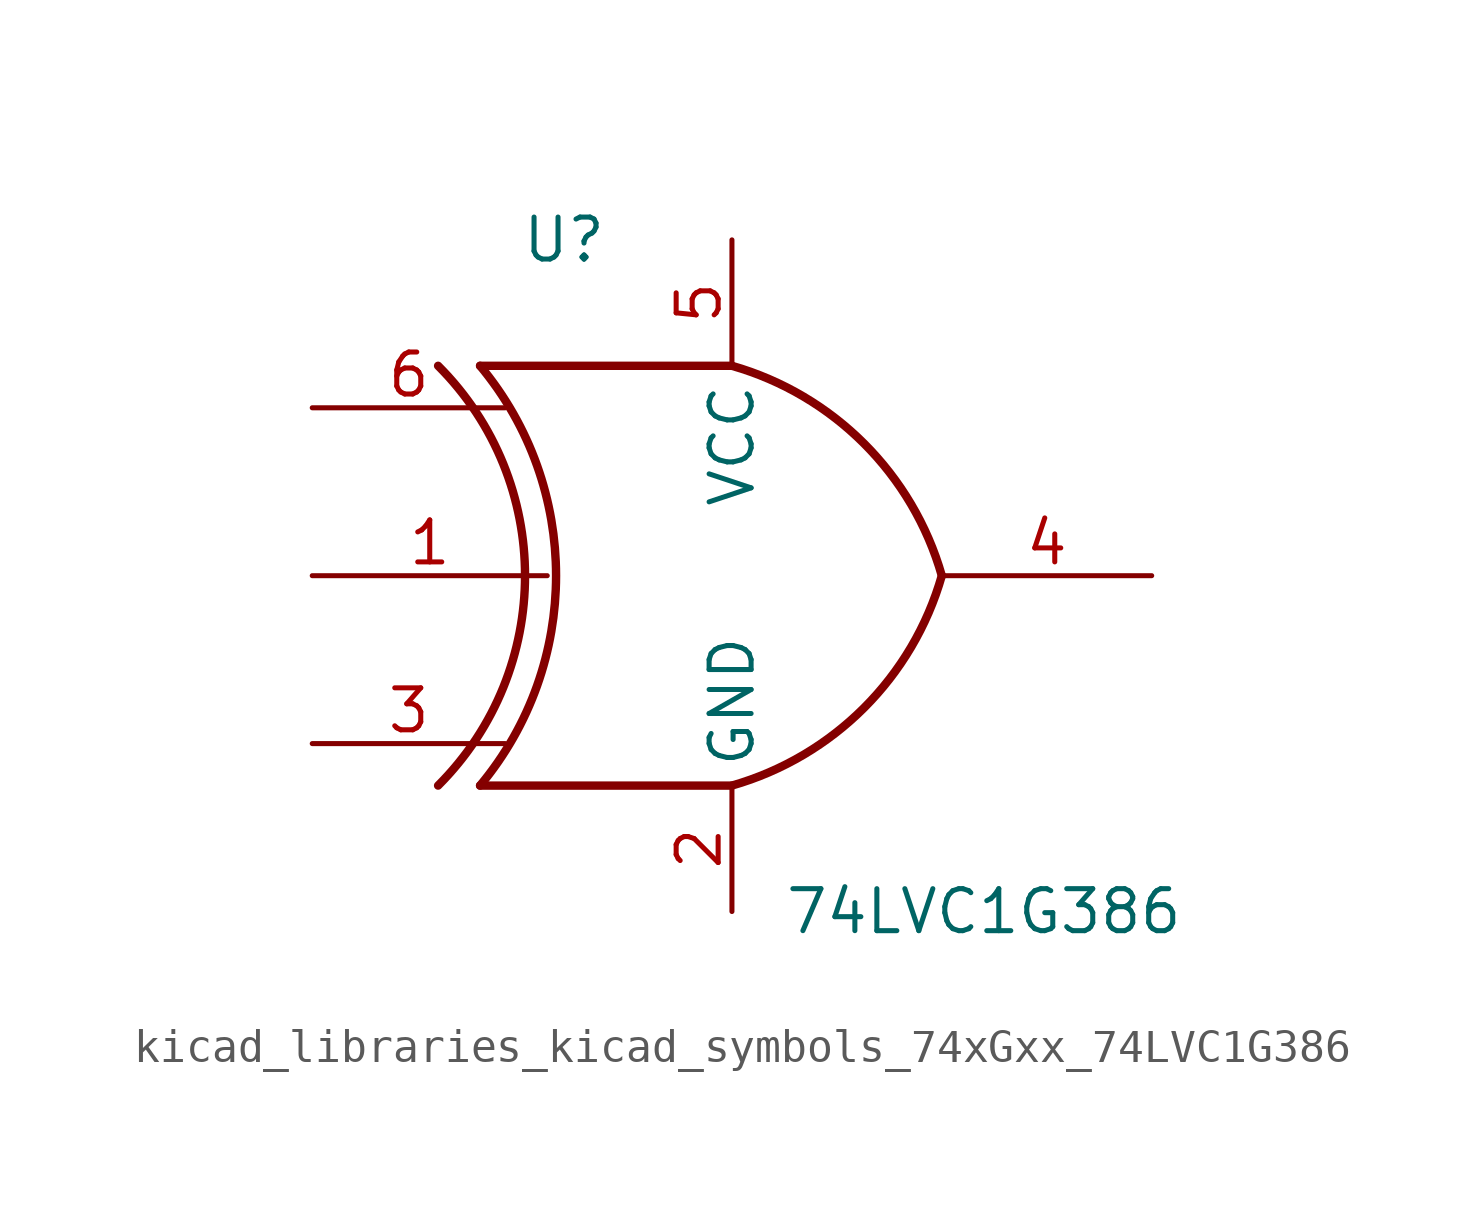
<source format=kicad_sym>
(kicad_symbol_lib
  (version 20220914)
  (generator kicad_symbol_editor)
  (symbol "kicad_libraries_kicad_symbols_74xGxx_74LVC1G386"
    (property "Reference" "U"
      (at -5.08 10.16 0)
      (effects (font (size 1.27 1.27))))
    (property "Value" "74LVC1G386"
      (at 7.62 -10.16 0)
      (effects (font (size 1.27 1.27))))
    (symbol "kicad_libraries_kicad_symbols_74xGxx_74LVC1G386_0_1"
      (arc (start -8.89 -6.35) (mid -6.2598 0) (end -8.89 6.35) (stroke (width 0.254) (type default)) (fill (type none)))
      (arc (start -7.62 -6.35) (mid -5.321 0) (end -7.62 6.35) (stroke (width 0.254) (type default)) (fill (type none)))
      (arc (start 0 -6.35) (mid 3.9978 -3.9978) (end 6.35 0) (stroke (width 0.254) (type default)) (fill (type none)))
      (polyline (pts (xy 0 -6.35) (xy -7.62 -6.35)) (stroke (width 0.254) (type default)) (fill (type background)))
      (polyline (pts (xy 0 6.35) (xy -7.62 6.35)) (stroke (width 0.254) (type default)) (fill (type background)))
      (arc (start 6.35 0) (mid 3.9978 3.9978) (end 0 6.35) (stroke (width 0.254) (type default)) (fill (type none))))
    (symbol "kicad_libraries_kicad_symbols_74xGxx_74LVC1G386_1_1"
      (pin input line (at -12.698 0 0) (length 7.11) (name "~" (effects (font (size 1.27 1.27)))) (number "1" (effects (font (size 1.27 1.27)))))
      (pin power_in line (at 0 -10.16 90) (length 3.81) (name "GND" (effects (font (size 1.27 1.27)))) (number "2" (effects (font (size 1.27 1.27)))))
      (pin input line (at -12.698 -5.08 0) (length 5.84) (name "~" (effects (font (size 1.27 1.27)))) (number "3" (effects (font (size 1.27 1.27)))))
      (pin output line (at 12.7 0 180) (length 6.35) (name "~" (effects (font (size 1.27 1.27)))) (number "4" (effects (font (size 1.27 1.27)))))
      (pin power_in line (at 0 10.16 270) (length 3.81) (name "VCC" (effects (font (size 1.27 1.27)))) (number "5" (effects (font (size 1.27 1.27)))))
      (pin input line (at -12.698 5.08 0) (length 5.84) (name "~" (effects (font (size 1.27 1.27)))) (number "6" (effects (font (size 1.27 1.27))))))))
</source>
